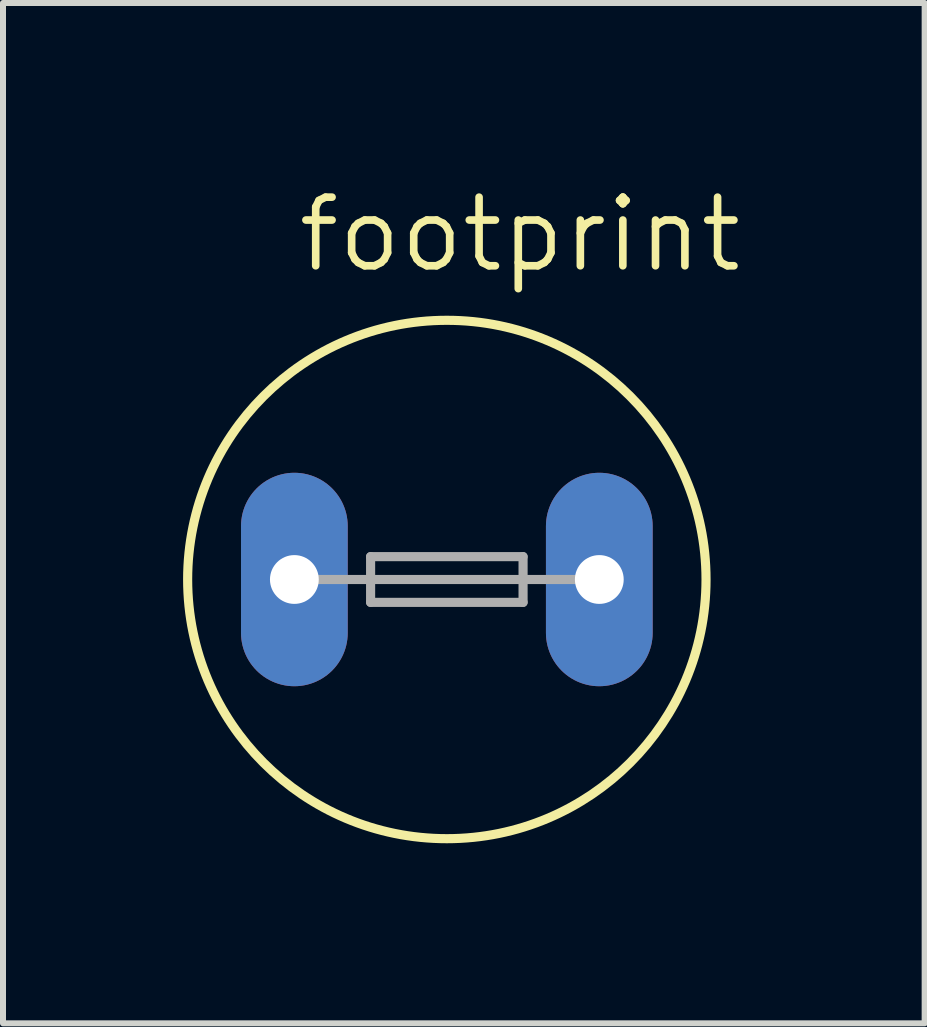
<source format=kicad_pcb>
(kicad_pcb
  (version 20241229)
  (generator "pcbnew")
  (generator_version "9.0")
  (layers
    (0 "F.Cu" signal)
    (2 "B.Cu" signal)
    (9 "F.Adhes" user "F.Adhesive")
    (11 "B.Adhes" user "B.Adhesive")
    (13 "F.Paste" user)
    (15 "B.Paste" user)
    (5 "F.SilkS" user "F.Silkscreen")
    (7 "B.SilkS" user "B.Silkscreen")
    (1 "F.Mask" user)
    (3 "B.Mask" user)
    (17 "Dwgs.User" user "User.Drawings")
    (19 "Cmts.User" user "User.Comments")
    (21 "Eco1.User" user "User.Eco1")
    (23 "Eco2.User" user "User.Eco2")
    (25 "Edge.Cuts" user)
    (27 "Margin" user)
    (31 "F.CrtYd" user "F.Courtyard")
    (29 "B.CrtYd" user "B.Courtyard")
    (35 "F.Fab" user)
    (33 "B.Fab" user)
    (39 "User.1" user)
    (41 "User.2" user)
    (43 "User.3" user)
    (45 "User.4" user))
  (footprint "footprint"
    (layer "F.Cu")
    (at 4.394 6.604)
    (property "Reference" "footprint" (at -2.54 -5.08 0) (layer "F.SilkS") (effects (font (size 1.143 1.143) (thickness 0.127)) (justify left bottom)))
    (fp_circle (center 0 0) (end 4.318 0) (stroke (width 0.152) (type solid)) (fill no) (layer "F.SilkS"))
    (fp_line (start -2.159 0) (end 2.159 0) (stroke (width 0.152) (type solid)) (layer "F.Fab"))
    (fp_line (start -1.27 -0.381) (end -1.27 0.381) (stroke (width 0.152) (type solid)) (layer "F.Fab"))
    (fp_line (start -1.27 0.381) (end 1.27 0.381) (stroke (width 0.152) (type solid)) (layer "F.Fab"))
    (fp_line (start 1.27 -0.381) (end -1.27 -0.381) (stroke (width 0.152) (type solid)) (layer "F.Fab"))
    (fp_line (start 1.27 -0.381) (end 1.27 0.381) (stroke (width 0.152) (type solid)) (layer "F.Fab"))
    (pad "1" thru_hole oval (at -2.54 0 90) (size 3.556 1.778) (drill 0.813) (layers "*.Cu" "*.Mask"))
    (pad "2" thru_hole oval (at 2.54 0 90) (size 3.556 1.778) (drill 0.813) (layers "*.Cu" "*.Mask")))
  (gr_rect
    (start -3 -3)
    (end 12.354 13.998)
    (stroke (width 0.1) (type default))
    (fill no)
    (layer "Edge.Cuts")))
</source>
